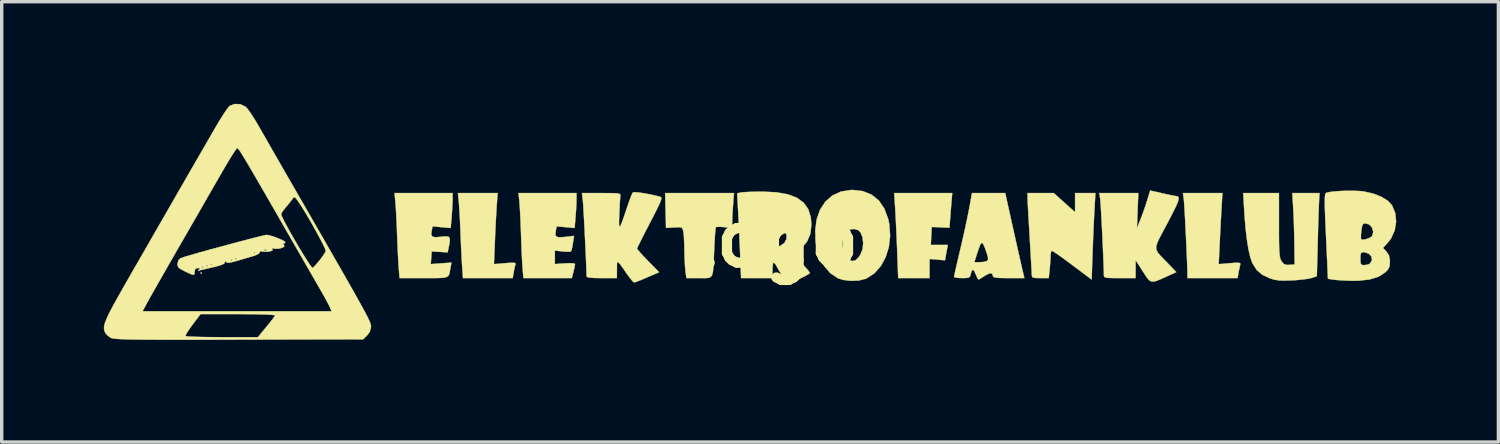
<source format=kicad_pcb>
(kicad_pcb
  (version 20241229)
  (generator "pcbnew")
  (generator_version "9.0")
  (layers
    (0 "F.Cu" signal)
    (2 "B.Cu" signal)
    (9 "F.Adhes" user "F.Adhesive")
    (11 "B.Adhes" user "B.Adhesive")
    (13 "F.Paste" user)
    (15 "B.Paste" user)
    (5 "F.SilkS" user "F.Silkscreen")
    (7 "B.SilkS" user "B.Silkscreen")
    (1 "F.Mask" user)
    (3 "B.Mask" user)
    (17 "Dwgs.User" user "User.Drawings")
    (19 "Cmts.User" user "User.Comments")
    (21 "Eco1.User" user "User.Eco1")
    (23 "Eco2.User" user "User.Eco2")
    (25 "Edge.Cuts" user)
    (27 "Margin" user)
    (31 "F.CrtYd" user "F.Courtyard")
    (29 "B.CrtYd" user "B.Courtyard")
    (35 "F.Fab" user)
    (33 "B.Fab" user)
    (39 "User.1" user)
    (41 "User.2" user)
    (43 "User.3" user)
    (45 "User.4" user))
  (footprint "logo"
    (layer "F.Cu")
    (at 19.687 3.977)
    (property "Reference" "logo" (at 0 0 180) (layer "F.SilkS") (effects (font (size 1.524 1.524) (thickness 0.3))))
    (attr through_hole)
    (fp_poly (pts (xy -16.806 0.995) (xy -16.828 1.016) (xy -16.849 0.995) (xy -16.828 0.974) (xy -16.806 0.995)) (stroke (width 0.01) (type solid)) (fill yes) (layer "F.SilkS"))
    (fp_poly (pts (xy 5.224 -1.175) (xy 5.213 -1.041) (xy 5.198 -0.861) (xy 5.184 -0.673) (xy 5.183 -0.665) (xy 5.157 -0.336) (xy 4.896 -0.348) (xy 4.636 -0.36) (xy 4.623 -0.095) (xy 4.61 0.169) (xy 5.108 0.169) (xy 5.067 0.395) (xy 5.026 0.62) (xy 4.572 0.582) (xy 4.572 1.143) (xy 3.651 1.143) (xy 3.62 0.307) (xy 3.608 0.015) (xy 3.595 -0.281) (xy 3.582 -0.556) (xy 3.57 -0.79) (xy 3.561 -0.942) (xy 3.533 -1.355) (xy 5.239 -1.355) (xy 5.224 -1.175)) (stroke (width 0.01) (type solid)) (fill yes) (layer "F.SilkS"))
    (fp_poly (pts (xy -8.142 -1.005) (xy -8.153 -0.837) (xy -8.166 -0.61) (xy -8.179 -0.348) (xy -8.192 -0.077) (xy -8.196 0.038) (xy -8.225 0.733) (xy -7.897 0.705) (xy -7.732 0.693) (xy -7.637 0.693) (xy -7.595 0.706) (xy -7.591 0.735) (xy -7.594 0.745) (xy -7.618 0.829) (xy -7.642 0.952) (xy -7.647 0.977) (xy -7.673 1.143) (xy -9.136 1.143) (xy -9.16 0.794) (xy -9.171 0.619) (xy -9.183 0.388) (xy -9.195 0.127) (xy -9.206 -0.136) (xy -9.208 -0.191) (xy -9.218 -0.44) (xy -9.23 -0.684) (xy -9.243 -0.897) (xy -9.254 -1.057) (xy -9.257 -1.09) (xy -9.283 -1.355) (xy -8.116 -1.355) (xy -8.142 -1.005)) (stroke (width 0.01) (type solid)) (fill yes) (layer "F.SilkS"))
    (fp_poly (pts (xy 13.151 -0.921) (xy 13.139 -0.707) (xy 13.125 -0.442) (xy 13.11 -0.158) (xy 13.097 0.111) (xy 13.097 0.123) (xy 13.068 0.733) (xy 13.395 0.706) (xy 13.559 0.693) (xy 13.654 0.693) (xy 13.697 0.706) (xy 13.704 0.735) (xy 13.7 0.752) (xy 13.678 0.842) (xy 13.653 0.966) (xy 13.65 0.984) (xy 13.622 1.143) (xy 12.15 1.143) (xy 12.149 1.027) (xy 12.147 0.904) (xy 12.141 0.72) (xy 12.131 0.49) (xy 12.12 0.229) (xy 12.107 -0.048) (xy 12.093 -0.325) (xy 12.08 -0.588) (xy 12.067 -0.821) (xy 12.055 -1.008) (xy 12.046 -1.135) (xy 12.042 -1.175) (xy 12.017 -1.355) (xy 13.177 -1.355) (xy 13.151 -0.921)) (stroke (width 0.01) (type solid)) (fill yes) (layer "F.SilkS"))
    (fp_poly (pts (xy -1.173 -1.355) (xy -1.2 -1.005) (xy -1.213 -0.817) (xy -1.223 -0.64) (xy -1.227 -0.507) (xy -1.227 -0.492) (xy -1.228 -0.327) (xy -1.458 -0.354) (xy -1.588 -0.364) (xy -1.681 -0.36) (xy -1.708 -0.349) (xy -1.717 -0.298) (xy -1.727 -0.177) (xy -1.739 -0.004) (xy -1.75 0.208) (xy -1.755 0.318) (xy -1.767 0.602) (xy -1.777 0.812) (xy -1.792 0.96) (xy -1.817 1.057) (xy -1.859 1.112) (xy -1.923 1.138) (xy -2.014 1.145) (xy -2.14 1.143) (xy -2.196 1.143) (xy -2.571 1.143) (xy -2.598 0.947) (xy -2.61 0.817) (xy -2.621 0.633) (xy -2.628 0.425) (xy -2.63 0.322) (xy -2.635 0.125) (xy -2.643 -0.053) (xy -2.655 -0.186) (xy -2.662 -0.233) (xy -2.682 -0.304) (xy -2.716 -0.341) (xy -2.787 -0.351) (xy -2.918 -0.346) (xy -2.93 -0.345) (xy -3.17 -0.331) (xy -3.183 -0.843) (xy -3.196 -1.355) (xy -1.173 -1.355)) (stroke (width 0.01) (type solid)) (fill yes) (layer "F.SilkS"))
    (fp_poly (pts (xy 8.534 -1.074) (xy 8.848 -0.794) (xy 8.848 -1.355) (xy 9.445 -1.355) (xy 9.417 -0.857) (xy 9.405 -0.641) (xy 9.393 -0.368) (xy 9.38 -0.064) (xy 9.368 0.241) (xy 9.361 0.413) (xy 9.335 1.187) (xy 8.77 0.763) (xy 8.58 0.622) (xy 8.412 0.5) (xy 8.279 0.408) (xy 8.193 0.352) (xy 8.167 0.339) (xy 8.141 0.376) (xy 8.128 0.467) (xy 8.128 0.481) (xy 8.123 0.602) (xy 8.112 0.765) (xy 8.101 0.883) (xy 8.074 1.143) (xy 7.826 1.143) (xy 7.687 1.14) (xy 7.612 1.127) (xy 7.582 1.095) (xy 7.577 1.048) (xy 7.574 0.98) (xy 7.566 0.84) (xy 7.555 0.642) (xy 7.541 0.399) (xy 7.525 0.123) (xy 7.514 -0.064) (xy 7.497 -0.356) (xy 7.481 -0.628) (xy 7.468 -0.864) (xy 7.458 -1.052) (xy 7.453 -1.177) (xy 7.452 -1.217) (xy 7.451 -1.355) (xy 8.221 -1.355) (xy 8.534 -1.074)) (stroke (width 0.01) (type solid)) (fill yes) (layer "F.SilkS"))
    (fp_poly (pts (xy -5.8 -1.171) (xy -5.803 -1.035) (xy -5.813 -0.853) (xy -5.827 -0.664) (xy -5.828 -0.657) (xy -5.855 -0.328) (xy -6.383 -0.377) (xy -6.408 -0.248) (xy -6.421 -0.14) (xy -6.397 -0.079) (xy -6.321 -0.056) (xy -6.181 -0.062) (xy -6.129 -0.068) (xy -5.873 -0.097) (xy -5.904 0.11) (xy -5.926 0.238) (xy -5.948 0.33) (xy -5.957 0.353) (xy -6.008 0.369) (xy -6.115 0.369) (xy -6.207 0.361) (xy -6.435 0.333) (xy -6.435 0.731) (xy -6.138 0.71) (xy -5.988 0.704) (xy -5.883 0.71) (xy -5.842 0.727) (xy -5.842 0.728) (xy -5.852 0.79) (xy -5.876 0.9) (xy -5.889 0.955) (xy -5.937 1.143) (xy -7.359 1.143) (xy -7.382 0.878) (xy -7.391 0.746) (xy -7.402 0.55) (xy -7.413 0.31) (xy -7.423 0.049) (xy -7.429 -0.127) (xy -7.439 -0.39) (xy -7.449 -0.642) (xy -7.461 -0.863) (xy -7.472 -1.034) (xy -7.478 -1.111) (xy -7.504 -1.355) (xy -5.8 -1.355) (xy -5.8 -1.171)) (stroke (width 0.01) (type solid)) (fill yes) (layer "F.SilkS"))
    (fp_poly (pts (xy -9.44 -1.171) (xy -9.444 -1.035) (xy -9.454 -0.853) (xy -9.468 -0.664) (xy -9.468 -0.657) (xy -9.496 -0.328) (xy -9.762 -0.352) (xy -10.027 -0.377) (xy -10.054 -0.253) (xy -10.067 -0.138) (xy -10.035 -0.076) (xy -9.944 -0.057) (xy -9.82 -0.068) (xy -9.655 -0.084) (xy -9.56 -0.072) (xy -9.521 -0.021) (xy -9.525 0.082) (xy -9.54 0.168) (xy -9.585 0.387) (xy -9.82 0.373) (xy -10.054 0.36) (xy -10.067 0.546) (xy -10.081 0.731) (xy -9.778 0.71) (xy -9.475 0.688) (xy -9.502 0.841) (xy -9.521 0.951) (xy -9.539 1.03) (xy -9.571 1.084) (xy -9.628 1.117) (xy -9.722 1.135) (xy -9.866 1.142) (xy -10.073 1.143) (xy -10.286 1.143) (xy -10.999 1.143) (xy -11.023 0.836) (xy -11.033 0.681) (xy -11.045 0.466) (xy -11.056 0.217) (xy -11.067 -0.043) (xy -11.07 -0.127) (xy -11.08 -0.382) (xy -11.092 -0.633) (xy -11.104 -0.856) (xy -11.116 -1.026) (xy -11.119 -1.069) (xy -11.145 -1.355) (xy -9.44 -1.355) (xy -9.44 -1.171)) (stroke (width 0.01) (type solid)) (fill yes) (layer "F.SilkS"))
    (fp_poly (pts (xy 2.608 -1.413) (xy 2.869 -1.309) (xy 3.083 -1.136) (xy 3.246 -0.896) (xy 3.358 -0.592) (xy 3.391 -0.432) (xy 3.414 -0.096) (xy 3.377 0.229) (xy 3.283 0.529) (xy 3.14 0.791) (xy 2.953 1.002) (xy 2.727 1.15) (xy 2.7 1.162) (xy 2.501 1.213) (xy 2.267 1.224) (xy 2.037 1.197) (xy 1.883 1.149) (xy 1.661 1.002) (xy 1.476 0.788) (xy 1.335 0.517) (xy 1.246 0.199) (xy 1.243 0.18) (xy 2.013 0.18) (xy 2.05 0.375) (xy 2.135 0.536) (xy 2.18 0.582) (xy 2.288 0.643) (xy 2.388 0.627) (xy 2.488 0.532) (xy 2.542 0.452) (xy 2.604 0.296) (xy 2.623 0.118) (xy 2.603 -0.055) (xy 2.545 -0.197) (xy 2.481 -0.264) (xy 2.369 -0.299) (xy 2.239 -0.287) (xy 2.132 -0.235) (xy 2.102 -0.201) (xy 2.03 -0.021) (xy 2.013 0.18) (xy 1.243 0.18) (xy 1.234 0.122) (xy 1.213 -0.248) (xy 1.255 -0.58) (xy 1.356 -0.867) (xy 1.511 -1.103) (xy 1.717 -1.283) (xy 1.969 -1.399) (xy 2.263 -1.446) (xy 2.3 -1.447) (xy 2.608 -1.413)) (stroke (width 0.01) (type solid)) (fill yes) (layer "F.SilkS"))
    (fp_poly (pts (xy 14.838 -0.411) (xy 14.838 -0.099) (xy 14.841 0.139) (xy 14.846 0.316) (xy 14.855 0.444) (xy 14.868 0.533) (xy 14.886 0.595) (xy 14.91 0.643) (xy 14.914 0.65) (xy 14.983 0.73) (xy 15.069 0.756) (xy 15.145 0.754) (xy 15.299 0.741) (xy 15.29 0.106) (xy 15.285 -0.162) (xy 15.277 -0.442) (xy 15.267 -0.703) (xy 15.257 -0.914) (xy 15.255 -0.942) (xy 15.229 -1.355) (xy 16.03 -1.355) (xy 16.017 -1.132) (xy 16.012 -1.026) (xy 16.005 -0.85) (xy 15.997 -0.621) (xy 15.989 -0.353) (xy 15.981 -0.062) (xy 15.977 0.09) (xy 15.951 1.089) (xy 15.796 1.14) (xy 15.686 1.164) (xy 15.52 1.186) (xy 15.324 1.204) (xy 15.219 1.21) (xy 14.998 1.217) (xy 14.835 1.211) (xy 14.703 1.19) (xy 14.574 1.151) (xy 14.572 1.151) (xy 14.349 1.046) (xy 14.187 0.908) (xy 14.062 0.714) (xy 14.055 0.7) (xy 13.997 0.537) (xy 13.943 0.302) (xy 13.895 0.006) (xy 13.855 -0.338) (xy 13.824 -0.718) (xy 13.818 -0.826) (xy 13.788 -1.355) (xy 14.313 -1.355) (xy 14.838 -1.355) (xy 14.838 -0.411)) (stroke (width 0.01) (type solid)) (fill yes) (layer "F.SilkS"))
    (fp_poly (pts (xy 11.401 -1.351) (xy 11.565 -1.314) (xy 11.698 -1.287) (xy 11.779 -1.272) (xy 11.79 -1.27) (xy 11.849 -1.262) (xy 11.884 -1.237) (xy 11.892 -1.186) (xy 11.87 -1.099) (xy 11.815 -0.969) (xy 11.724 -0.785) (xy 11.596 -0.538) (xy 11.559 -0.466) (xy 11.424 -0.214) (xy 11.324 -0.025) (xy 11.26 0.116) (xy 11.23 0.223) (xy 11.237 0.31) (xy 11.279 0.393) (xy 11.356 0.485) (xy 11.47 0.602) (xy 11.572 0.706) (xy 11.823 0.967) (xy 11.533 1.099) (xy 11.338 1.187) (xy 11.202 1.238) (xy 11.107 1.248) (xy 11.032 1.214) (xy 10.959 1.13) (xy 10.869 0.993) (xy 10.839 0.946) (xy 10.626 0.614) (xy 10.626 0.878) (xy 10.626 1.143) (xy 10.16 1.143) (xy 9.957 1.142) (xy 9.823 1.138) (xy 9.745 1.128) (xy 9.707 1.107) (xy 9.695 1.075) (xy 9.694 1.048) (xy 9.692 0.929) (xy 9.686 0.748) (xy 9.677 0.521) (xy 9.666 0.263) (xy 9.653 -0.013) (xy 9.64 -0.291) (xy 9.626 -0.556) (xy 9.613 -0.795) (xy 9.601 -0.991) (xy 9.591 -1.131) (xy 9.585 -1.196) (xy 9.56 -1.355) (xy 10.706 -1.355) (xy 10.685 -0.836) (xy 10.665 -0.318) (xy 10.774 -0.592) (xy 10.848 -0.79) (xy 10.925 -1.01) (xy 10.969 -1.148) (xy 11.054 -1.429) (xy 11.401 -1.351)) (stroke (width 0.01) (type solid)) (fill yes) (layer "F.SilkS"))
    (fp_poly (pts (xy 7.019 -0.349) (xy 7.085 -0.053) (xy 7.148 0.229) (xy 7.206 0.483) (xy 7.253 0.694) (xy 7.288 0.845) (xy 7.301 0.9) (xy 7.358 1.143) (xy 6.897 1.143) (xy 6.688 1.141) (xy 6.55 1.134) (xy 6.471 1.12) (xy 6.438 1.097) (xy 6.435 1.082) (xy 6.41 1.008) (xy 6.335 1.003) (xy 6.211 1.065) (xy 6.193 1.077) (xy 6.093 1.142) (xy 6.024 1.181) (xy 6.01 1.185) (xy 5.982 1.15) (xy 5.942 1.062) (xy 5.932 1.037) (xy 5.881 0.925) (xy 5.837 0.897) (xy 5.801 0.953) (xy 5.785 1.016) (xy 5.765 1.089) (xy 5.729 1.126) (xy 5.652 1.141) (xy 5.526 1.143) (xy 5.398 1.137) (xy 5.313 1.123) (xy 5.292 1.109) (xy 5.301 1.059) (xy 5.327 0.94) (xy 5.367 0.765) (xy 5.387 0.677) (xy 5.888 0.677) (xy 6.045 0.677) (xy 6.165 0.667) (xy 6.253 0.643) (xy 6.26 0.639) (xy 6.29 0.604) (xy 6.29 0.541) (xy 6.259 0.428) (xy 6.249 0.397) (xy 6.188 0.227) (xy 6.143 0.133) (xy 6.107 0.108) (xy 6.073 0.144) (xy 6.051 0.192) (xy 6.005 0.315) (xy 5.955 0.463) (xy 5.945 0.497) (xy 5.888 0.677) (xy 5.387 0.677) (xy 5.417 0.549) (xy 5.475 0.303) (xy 5.477 0.294) (xy 5.543 0.011) (xy 5.608 -0.28) (xy 5.667 -0.554) (xy 5.715 -0.788) (xy 5.741 -0.921) (xy 5.819 -1.355) (xy 6.796 -1.355) (xy 7.019 -0.349)) (stroke (width 0.01) (type solid)) (fill yes) (layer "F.SilkS"))
    (fp_poly (pts (xy 0.071 -1.378) (xy 0.408 -1.318) (xy 0.675 -1.217) (xy 0.874 -1.072) (xy 1.01 -0.881) (xy 1.084 -0.642) (xy 1.101 -0.423) (xy 1.07 -0.155) (xy 0.974 0.07) (xy 0.803 0.267) (xy 0.759 0.305) (xy 0.584 0.451) (xy 0.821 0.707) (xy 0.93 0.829) (xy 1.013 0.927) (xy 1.056 0.985) (xy 1.058 0.993) (xy 1.023 1.023) (xy 0.929 1.077) (xy 0.796 1.144) (xy 0.773 1.156) (xy 0.631 1.222) (xy 0.521 1.274) (xy 0.463 1.302) (xy 0.46 1.303) (xy 0.421 1.28) (xy 0.351 1.209) (xy 0.305 1.154) (xy 0.208 1.017) (xy 0.122 0.874) (xy 0.102 0.835) (xy 0.047 0.736) (xy 0.002 0.682) (xy -0.008 0.677) (xy -0.027 0.716) (xy -0.039 0.814) (xy -0.042 0.91) (xy -0.042 1.143) (xy -0.965 1.143) (xy -0.993 0.434) (xy -1.005 0.142) (xy -1.014 -0.042) (xy 0 -0.042) (xy 0.003 0.104) (xy 0.011 0.21) (xy 0.022 0.254) (xy 0.023 0.254) (xy 0.073 0.239) (xy 0.168 0.203) (xy 0.188 0.194) (xy 0.308 0.109) (xy 0.37 -0.006) (xy 0.371 -0.129) (xy 0.309 -0.237) (xy 0.232 -0.289) (xy 0.12 -0.333) (xy 0.051 -0.333) (xy 0.015 -0.277) (xy 0.001 -0.155) (xy 0 -0.042) (xy -1.014 -0.042) (xy -1.019 -0.171) (xy -1.034 -0.476) (xy -1.047 -0.738) (xy -1.051 -0.812) (xy -1.08 -1.348) (xy -0.958 -1.373) (xy -0.868 -1.382) (xy -0.715 -1.39) (xy -0.522 -1.395) (xy -0.338 -1.397) (xy 0.071 -1.378)) (stroke (width 0.01) (type solid)) (fill yes) (layer "F.SilkS"))
    (fp_poly (pts (xy -3.975 -1.372) (xy -3.818 -1.349) (xy -3.64 -1.317) (xy -3.461 -1.277) (xy -3.332 -1.243) (xy -3.31 -1.227) (xy -3.307 -1.19) (xy -3.326 -1.122) (xy -3.372 -1.014) (xy -3.449 -0.856) (xy -3.559 -0.639) (xy -3.639 -0.486) (xy -3.757 -0.258) (xy -3.86 -0.056) (xy -3.942 0.108) (xy -3.998 0.223) (xy -4.021 0.276) (xy -4.022 0.278) (xy -3.994 0.318) (xy -3.919 0.404) (xy -3.808 0.524) (xy -3.698 0.639) (xy -3.374 0.971) (xy -3.582 1.061) (xy -3.79 1.15) (xy -3.935 1.211) (xy -4.028 1.247) (xy -4.082 1.265) (xy -4.109 1.27) (xy -4.149 1.238) (xy -4.22 1.153) (xy -4.309 1.034) (xy -4.314 1.027) (xy -4.439 0.846) (xy -4.524 0.729) (xy -4.575 0.673) (xy -4.601 0.673) (xy -4.611 0.724) (xy -4.612 0.824) (xy -4.612 0.878) (xy -4.614 1.143) (xy -5.059 1.143) (xy -5.273 1.14) (xy -5.412 1.13) (xy -5.485 1.112) (xy -5.504 1.09) (xy -5.507 0.959) (xy -5.514 0.767) (xy -5.524 0.531) (xy -5.536 0.265) (xy -5.55 -0.016) (xy -5.563 -0.295) (xy -5.577 -0.559) (xy -5.59 -0.791) (xy -5.601 -0.976) (xy -5.61 -1.1) (xy -5.613 -1.132) (xy -5.64 -1.355) (xy -5.07 -1.355) (xy -4.841 -1.354) (xy -4.683 -1.352) (xy -4.585 -1.344) (xy -4.532 -1.33) (xy -4.511 -1.307) (xy -4.511 -1.273) (xy -4.512 -1.259) (xy -4.52 -1.178) (xy -4.529 -1.035) (xy -4.538 -0.853) (xy -4.544 -0.72) (xy -4.55 -0.538) (xy -4.549 -0.42) (xy -4.538 -0.367) (xy -4.515 -0.383) (xy -4.475 -0.471) (xy -4.416 -0.633) (xy -4.335 -0.872) (xy -4.315 -0.931) (xy -4.254 -1.106) (xy -4.2 -1.251) (xy -4.16 -1.346) (xy -4.144 -1.373) (xy -4.091 -1.381) (xy -3.975 -1.372)) (stroke (width 0.01) (type solid)) (fill yes) (layer "F.SilkS"))
    (fp_poly (pts (xy 17.048 -1.422) (xy 17.233 -1.413) (xy 17.33 -1.402) (xy 17.604 -1.341) (xy 17.845 -1.247) (xy 18.037 -1.129) (xy 18.16 -0.996) (xy 18.255 -0.766) (xy 18.28 -0.514) (xy 18.239 -0.259) (xy 18.133 -0.025) (xy 18.047 0.088) (xy 17.895 0.257) (xy 17.996 0.365) (xy 18.069 0.474) (xy 18.096 0.615) (xy 18.098 0.663) (xy 18.087 0.798) (xy 18.041 0.893) (xy 17.962 0.975) (xy 17.762 1.103) (xy 17.5 1.184) (xy 17.17 1.22) (xy 17 1.222) (xy 16.804 1.216) (xy 16.62 1.206) (xy 16.478 1.194) (xy 16.447 1.19) (xy 16.277 1.164) (xy 16.268 0.953) (xy 16.263 0.85) (xy 16.256 0.679) (xy 16.251 0.572) (xy 17.23 0.572) (xy 17.234 0.689) (xy 17.255 0.744) (xy 17.308 0.761) (xy 17.348 0.762) (xy 17.454 0.745) (xy 17.518 0.711) (xy 17.571 0.612) (xy 17.554 0.511) (xy 17.48 0.428) (xy 17.36 0.384) (xy 17.317 0.381) (xy 17.263 0.393) (xy 17.237 0.442) (xy 17.23 0.551) (xy 17.23 0.572) (xy 16.251 0.572) (xy 16.245 0.452) (xy 16.233 0.185) (xy 16.22 -0.108) (xy 16.219 -0.118) (xy 17.247 -0.118) (xy 17.247 -0.024) (xy 17.253 0.003) (xy 17.304 0.016) (xy 17.396 -0.000126) (xy 17.494 -0.037) (xy 17.566 -0.083) (xy 17.575 -0.094) (xy 17.608 -0.214) (xy 17.577 -0.333) (xy 17.497 -0.427) (xy 17.382 -0.466) (xy 17.377 -0.466) (xy 17.32 -0.454) (xy 17.287 -0.407) (xy 17.265 -0.303) (xy 17.258 -0.248) (xy 17.247 -0.118) (xy 16.219 -0.118) (xy 16.211 -0.291) (xy 16.197 -0.626) (xy 16.187 -0.884) (xy 16.184 -1.076) (xy 16.186 -1.211) (xy 16.193 -1.297) (xy 16.206 -1.344) (xy 16.217 -1.357) (xy 16.3 -1.382) (xy 16.445 -1.401) (xy 16.633 -1.415) (xy 16.841 -1.422) (xy 17.048 -1.422)) (stroke (width 0.01) (type solid)) (fill yes) (layer "F.SilkS"))
    (fp_poly (pts (xy -14.82 -0.113) (xy -14.699 -0.076) (xy -14.567 -0.027) (xy -14.449 0.024) (xy -14.37 0.069) (xy -14.351 0.091) (xy -14.385 0.125) (xy -14.404 0.128) (xy -14.427 0.141) (xy -14.395 0.168) (xy -14.379 0.205) (xy -14.424 0.242) (xy -14.509 0.271) (xy -14.611 0.284) (xy -14.688 0.276) (xy -14.754 0.267) (xy -14.742 0.287) (xy -14.737 0.29) (xy -14.727 0.323) (xy -14.777 0.351) (xy -14.863 0.369) (xy -14.961 0.372) (xy -15.028 0.36) (xy -15.096 0.355) (xy -15.103 0.384) (xy -15.134 0.426) (xy -15.229 0.473) (xy -15.303 0.498) (xy -15.463 0.545) (xy -15.655 0.601) (xy -15.788 0.64) (xy -15.942 0.681) (xy -16.035 0.694) (xy -16.084 0.679) (xy -16.094 0.667) (xy -16.122 0.641) (xy -16.128 0.679) (xy -16.158 0.722) (xy -16.252 0.765) (xy -16.42 0.811) (xy -16.457 0.819) (xy -16.624 0.858) (xy -16.768 0.891) (xy -16.861 0.913) (xy -16.87 0.915) (xy -16.924 0.925) (xy -16.904 0.902) (xy -16.891 0.892) (xy -16.857 0.859) (xy -16.897 0.848) (xy -16.923 0.847) (xy -16.996 0.867) (xy -17.018 0.942) (xy -17.018 0.953) (xy -17.022 1.017) (xy -17.043 1.046) (xy -17.098 1.039) (xy -17.202 0.994) (xy -17.306 0.944) (xy -17.432 0.878) (xy -17.498 0.826) (xy -17.498 0.826) (xy -16.806 0.826) (xy -16.785 0.847) (xy -16.764 0.826) (xy -16.785 0.804) (xy -16.806 0.826) (xy -17.498 0.826) (xy -17.514 0.783) (xy -16.679 0.783) (xy -16.658 0.804) (xy -16.637 0.783) (xy -16.658 0.762) (xy -16.679 0.783) (xy -17.514 0.783) (xy -17.52 0.769) (xy -17.519 0.741) (xy -16.552 0.741) (xy -16.531 0.762) (xy -16.51 0.741) (xy -16.531 0.72) (xy -16.552 0.741) (xy -17.519 0.741) (xy -17.518 0.706) (xy -17.496 0.618) (xy -17.491 0.614) (xy -15.96 0.614) (xy -15.938 0.635) (xy -15.917 0.614) (xy -15.938 0.593) (xy -15.96 0.614) (xy -17.491 0.614) (xy -17.445 0.572) (xy -15.833 0.572) (xy -15.812 0.593) (xy -15.79 0.572) (xy -15.812 0.55) (xy -15.833 0.572) (xy -17.445 0.572) (xy -17.437 0.564) (xy -17.335 0.525) (xy -17.194 0.483) (xy -17 0.427) (xy -16.912 0.402) (xy -15.282 0.402) (xy -15.261 0.423) (xy -15.24 0.402) (xy -15.261 0.381) (xy -15.282 0.402) (xy -16.912 0.402) (xy -16.765 0.361) (xy -16.582 0.31) (xy -14.972 0.31) (xy -14.966 0.336) (xy -14.944 0.339) (xy -14.909 0.323) (xy -14.915 0.31) (xy -14.966 0.305) (xy -14.972 0.31) (xy -16.582 0.31) (xy -16.502 0.288) (xy -16.223 0.212) (xy -15.942 0.137) (xy -15.671 0.064) (xy -15.422 -0.001) (xy -15.208 -0.056) (xy -15.042 -0.097) (xy -14.936 -0.122) (xy -14.905 -0.127) (xy -14.82 -0.113)) (stroke (width 0.01) (type solid)) (fill yes) (layer "F.SilkS"))
    (fp_poly (pts (xy -15.675 -3.965) (xy -15.526 -3.895) (xy -15.523 -3.893) (xy -15.46 -3.824) (xy -15.369 -3.698) (xy -15.262 -3.532) (xy -15.15 -3.345) (xy -15.143 -3.332) (xy -15.059 -3.185) (xy -14.939 -2.976) (xy -14.791 -2.717) (xy -14.621 -2.421) (xy -14.436 -2.098) (xy -14.242 -1.762) (xy -14.056 -1.439) (xy -13.701 -0.823) (xy -13.386 -0.276) (xy -13.109 0.207) (xy -12.867 0.629) (xy -12.657 0.995) (xy -12.478 1.309) (xy -12.327 1.575) (xy -12.202 1.799) (xy -12.1 1.983) (xy -12.019 2.132) (xy -11.956 2.251) (xy -11.91 2.344) (xy -11.877 2.416) (xy -11.856 2.469) (xy -11.843 2.51) (xy -11.838 2.541) (xy -11.836 2.568) (xy -11.836 2.568) (xy -11.871 2.72) (xy -11.952 2.827) (xy -12.067 2.942) (xy -15.717 2.951) (xy -16.367 2.953) (xy -16.937 2.954) (xy -17.433 2.954) (xy -17.86 2.954) (xy -18.223 2.953) (xy -18.528 2.951) (xy -18.78 2.948) (xy -18.983 2.944) (xy -19.144 2.939) (xy -19.267 2.932) (xy -19.358 2.925) (xy -19.421 2.916) (xy -19.463 2.906) (xy -19.483 2.898) (xy -19.554 2.845) (xy -17.288 2.845) (xy -17.241 2.855) (xy -17.122 2.863) (xy -16.941 2.87) (xy -16.711 2.875) (xy -16.443 2.878) (xy -16.214 2.879) (xy -15.16 2.879) (xy -14.914 2.58) (xy -14.804 2.444) (xy -14.716 2.331) (xy -14.663 2.257) (xy -14.654 2.242) (xy -14.691 2.229) (xy -14.806 2.219) (xy -14.994 2.21) (xy -15.248 2.205) (xy -15.563 2.202) (xy -15.743 2.201) (xy -16.846 2.201) (xy -17.077 2.507) (xy -17.177 2.645) (xy -17.25 2.758) (xy -17.286 2.831) (xy -17.288 2.845) (xy -19.554 2.845) (xy -19.581 2.826) (xy -19.642 2.754) (xy -19.668 2.696) (xy -19.682 2.635) (xy -19.68 2.563) (xy -19.659 2.474) (xy -19.616 2.359) (xy -19.548 2.21) (xy -19.5 2.117) (xy -18.548 2.117) (xy -12.998 2.117) (xy -13.035 2.021) (xy -13.071 1.945) (xy -13.139 1.816) (xy -13.228 1.654) (xy -13.303 1.523) (xy -13.381 1.389) (xy -13.493 1.193) (xy -13.634 0.948) (xy -13.796 0.666) (xy -13.973 0.359) (xy -14.157 0.04) (xy -14.277 -0.169) (xy -14.561 -0.663) (xy -14.601 -0.734) (xy -14.477 -0.734) (xy -14.457 -0.672) (xy -14.401 -0.556) (xy -14.317 -0.396) (xy -14.213 -0.207) (xy -14.095 -0.001) (xy -13.973 0.208) (xy -13.853 0.407) (xy -13.743 0.583) (xy -13.652 0.724) (xy -13.585 0.815) (xy -13.553 0.845) (xy -13.515 0.813) (xy -13.441 0.732) (xy -13.346 0.619) (xy -13.346 0.618) (xy -13.254 0.496) (xy -13.19 0.396) (xy -13.166 0.339) (xy -13.186 0.28) (xy -13.242 0.162) (xy -13.325 0.001) (xy -13.427 -0.189) (xy -13.54 -0.393) (xy -13.657 -0.597) (xy -13.769 -0.786) (xy -13.868 -0.946) (xy -13.907 -1.007) (xy -13.998 -1.141) (xy -14.056 -1.214) (xy -14.093 -1.235) (xy -14.123 -1.213) (xy -14.149 -1.176) (xy -14.218 -1.084) (xy -14.312 -0.969) (xy -14.345 -0.931) (xy -14.424 -0.833) (xy -14.471 -0.755) (xy -14.477 -0.734) (xy -14.601 -0.734) (xy -14.806 -1.088) (xy -15.014 -1.45) (xy -15.19 -1.753) (xy -15.335 -2.003) (xy -15.454 -2.204) (xy -15.548 -2.362) (xy -15.621 -2.482) (xy -15.675 -2.567) (xy -15.715 -2.625) (xy -15.742 -2.659) (xy -15.76 -2.674) (xy -15.769 -2.677) (xy -15.803 -2.64) (xy -15.87 -2.541) (xy -15.965 -2.392) (xy -16.078 -2.205) (xy -16.196 -2.003) (xy -16.307 -1.809) (xy -16.453 -1.556) (xy -16.626 -1.256) (xy -16.817 -0.922) (xy -17.021 -0.569) (xy -17.228 -0.209) (xy -17.422 0.127) (xy -17.613 0.459) (xy -17.796 0.778) (xy -17.966 1.075) (xy -18.117 1.339) (xy -18.243 1.561) (xy -18.339 1.731) (xy -18.399 1.84) (xy -18.405 1.852) (xy -18.548 2.117) (xy -19.5 2.117) (xy -19.451 2.022) (xy -19.321 1.785) (xy -19.157 1.493) (xy -18.954 1.138) (xy -18.877 1.003) (xy -18.673 0.65) (xy -18.464 0.286) (xy -18.257 -0.075) (xy -18.06 -0.417) (xy -17.882 -0.725) (xy -17.732 -0.986) (xy -17.642 -1.143) (xy -17.494 -1.401) (xy -17.343 -1.663) (xy -17.201 -1.909) (xy -17.08 -2.12) (xy -16.996 -2.265) (xy -16.894 -2.441) (xy -16.764 -2.666) (xy -16.62 -2.915) (xy -16.477 -3.163) (xy -16.428 -3.249) (xy -16.305 -3.457) (xy -16.189 -3.642) (xy -16.091 -3.79) (xy -16.018 -3.887) (xy -15.99 -3.916) (xy -15.842 -3.972) (xy -15.675 -3.965)) (stroke (width 0.01) (type solid)) (fill yes) (layer "F.SilkS")))
  (gr_rect
    (start -3 -3)
    (end 40.972 9.936)
    (stroke (width 0.1) (type default))
    (fill no)
    (layer "Edge.Cuts")))
</source>
